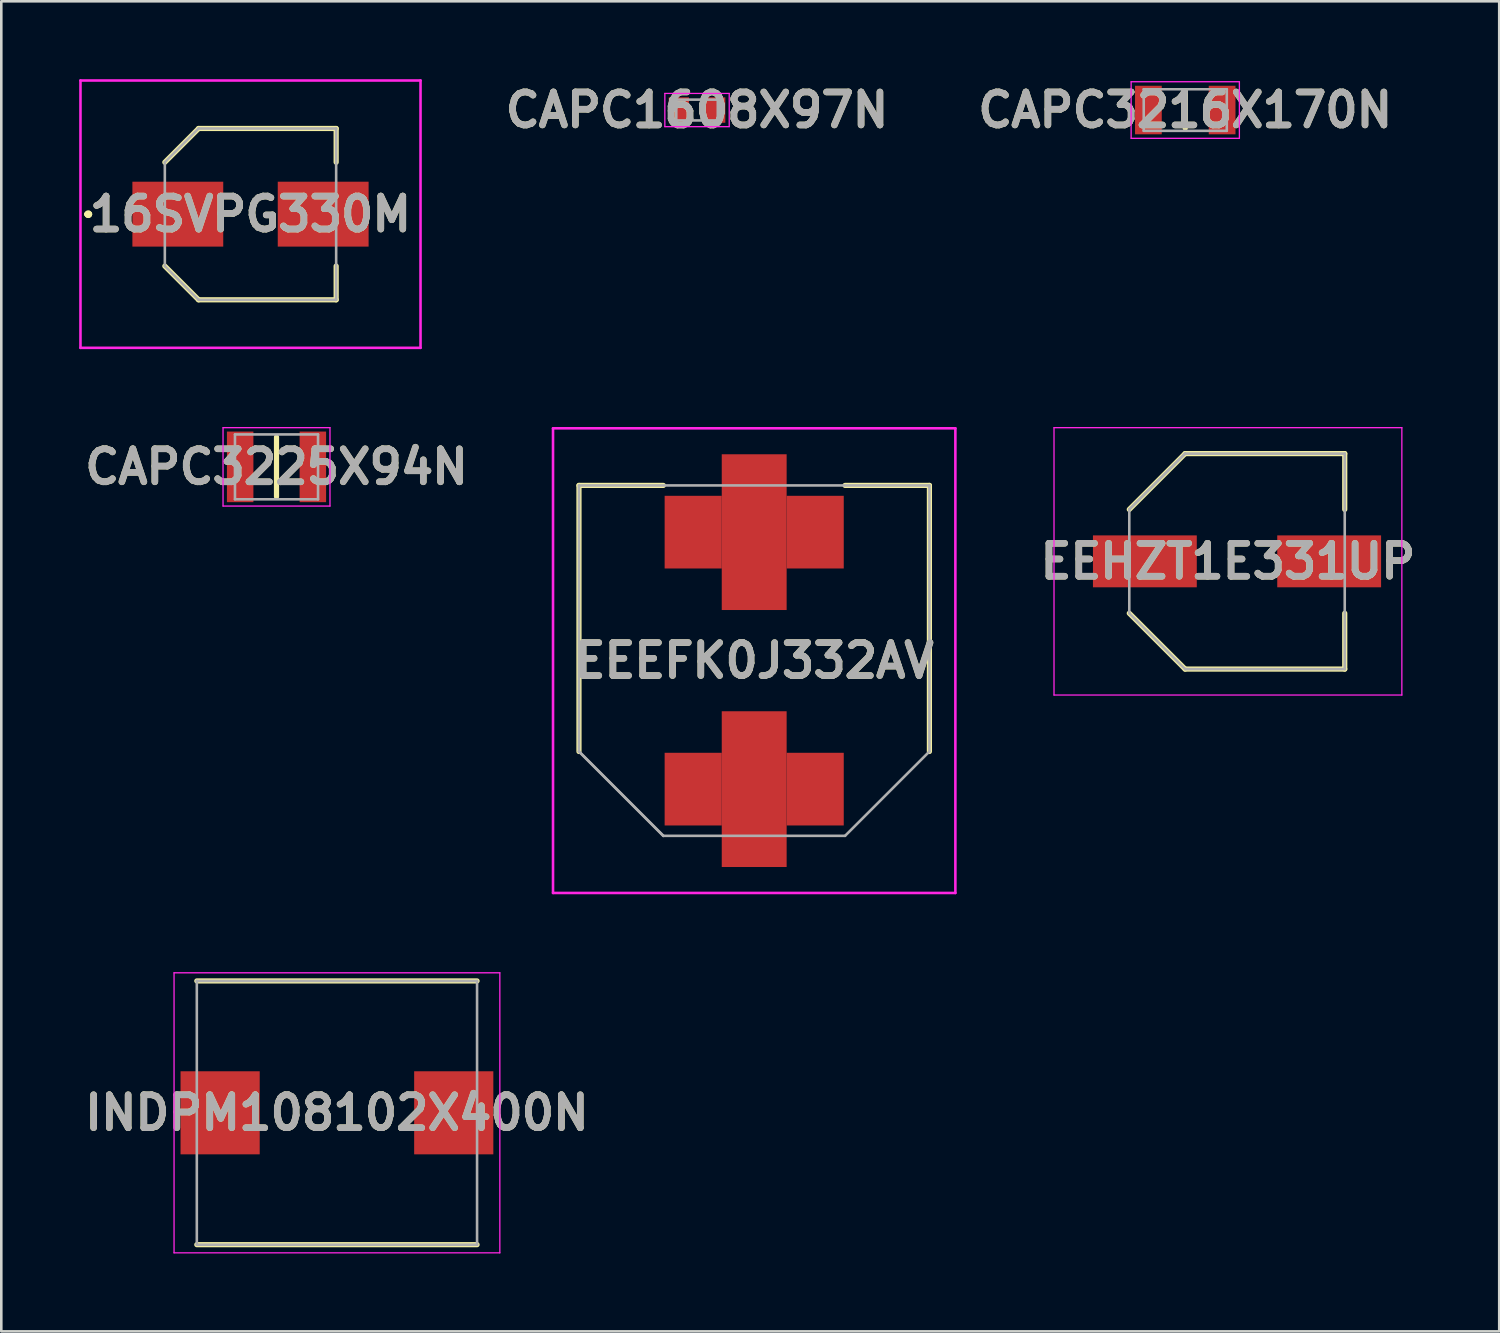
<source format=kicad_pcb>
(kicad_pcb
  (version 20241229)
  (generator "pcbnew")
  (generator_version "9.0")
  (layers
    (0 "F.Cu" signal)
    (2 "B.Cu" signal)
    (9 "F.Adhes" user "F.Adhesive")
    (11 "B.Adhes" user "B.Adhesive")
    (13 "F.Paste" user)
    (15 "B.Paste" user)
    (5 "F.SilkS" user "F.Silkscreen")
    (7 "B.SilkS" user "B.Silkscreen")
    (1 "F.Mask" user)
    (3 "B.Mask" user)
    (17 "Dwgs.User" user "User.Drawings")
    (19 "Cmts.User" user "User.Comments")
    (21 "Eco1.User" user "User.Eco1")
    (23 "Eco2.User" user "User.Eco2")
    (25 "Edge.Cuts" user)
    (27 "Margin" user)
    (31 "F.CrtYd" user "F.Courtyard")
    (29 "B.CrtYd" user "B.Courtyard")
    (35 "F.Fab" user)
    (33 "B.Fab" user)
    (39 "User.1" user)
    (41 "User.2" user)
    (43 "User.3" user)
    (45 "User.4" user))
  (footprint "CAPC1608X97N"
    (layer "F.Cu")
    (at 23.802 1.189)
    (property "Reference" "CAPC1608X97N" (at 0 0 0) (layer "F.SilkS") (effects (font (size 1.27 1.27) (thickness 0.254))))
    (attr smd)
    (fp_line (start -1.24 -0.64) (end 1.24 -0.64) (stroke (width 0.05) (type solid)) (layer "F.CrtYd"))
    (fp_line (start -1.24 0.64) (end -1.24 -0.64) (stroke (width 0.05) (type solid)) (layer "F.CrtYd"))
    (fp_line (start 1.24 -0.64) (end 1.24 0.64) (stroke (width 0.05) (type solid)) (layer "F.CrtYd"))
    (fp_line (start 1.24 0.64) (end -1.24 0.64) (stroke (width 0.05) (type solid)) (layer "F.CrtYd"))
    (fp_line (start -0.8 -0.4) (end 0.8 -0.4) (stroke (width 0.1) (type solid)) (layer "F.Fab"))
    (fp_line (start -0.8 0.4) (end -0.8 -0.4) (stroke (width 0.1) (type solid)) (layer "F.Fab"))
    (fp_line (start 0.8 -0.4) (end 0.8 0.4) (stroke (width 0.1) (type solid)) (layer "F.Fab"))
    (fp_line (start 0.8 0.4) (end -0.8 0.4) (stroke (width 0.1) (type solid)) (layer "F.Fab"))
    (fp_text user "${REFERENCE}" (at 0 0 0) (layer "F.Fab") (effects (font (size 1.27 1.27) (thickness 0.254))))
    (pad "1" smd rect (at -0.7 0) (size 0.78 0.98) (layers "F.Cu" "F.Mask" "F.Paste"))
    (pad "2" smd rect (at 0.7 0) (size 0.78 0.98) (layers "F.Cu" "F.Mask" "F.Paste")))
  (footprint "CAPC3216X170N"
    (layer "F.Cu")
    (at 42.61 1.189)
    (property "Reference" "CAPC3216X170N" (at 0 0 0) (layer "F.SilkS") (effects (font (size 1.27 1.27) (thickness 0.254))))
    (attr smd)
    (fp_line (start 0 -0.7) (end 0 0.7) (stroke (width 0.2) (type solid)) (layer "F.SilkS"))
    (fp_line (start -2.085 -1.09) (end 2.085 -1.09) (stroke (width 0.05) (type solid)) (layer "F.CrtYd"))
    (fp_line (start -2.085 1.09) (end -2.085 -1.09) (stroke (width 0.05) (type solid)) (layer "F.CrtYd"))
    (fp_line (start 2.085 -1.09) (end 2.085 1.09) (stroke (width 0.05) (type solid)) (layer "F.CrtYd"))
    (fp_line (start 2.085 1.09) (end -2.085 1.09) (stroke (width 0.05) (type solid)) (layer "F.CrtYd"))
    (fp_line (start -1.6 -0.8) (end 1.6 -0.8) (stroke (width 0.1) (type solid)) (layer "F.Fab"))
    (fp_line (start -1.6 0.8) (end -1.6 -0.8) (stroke (width 0.1) (type solid)) (layer "F.Fab"))
    (fp_line (start 1.6 -0.8) (end 1.6 0.8) (stroke (width 0.1) (type solid)) (layer "F.Fab"))
    (fp_line (start 1.6 0.8) (end -1.6 0.8) (stroke (width 0.1) (type solid)) (layer "F.Fab"))
    (fp_text user "${REFERENCE}" (at 0 0 0) (layer "F.Fab") (effects (font (size 1.27 1.27) (thickness 0.254))))
    (pad "1" smd rect (at -1.42 0) (size 1.03 1.87) (layers "F.Cu" "F.Mask" "F.Paste"))
    (pad "2" smd rect (at 1.42 0) (size 1.03 1.87) (layers "F.Cu" "F.Mask" "F.Paste")))
  (footprint "EEHZT1E331UP"
    (layer "F.Cu")
    (at 44.604 18.575)
    (property "Reference" "EEHZT1E331UP" (at -0.35 0 0) (layer "F.SilkS") (effects (font (size 1.27 1.27) (thickness 0.254))))
    (attr smd)
    (fp_line (start -6.175 0) (end -6.175 0) (stroke (width 0.05) (type solid)) (layer "F.SilkS"))
    (fp_line (start -6.125 0) (end -6.125 0) (stroke (width 0.05) (type solid)) (layer "F.SilkS"))
    (fp_line (start -4.15 -2) (end -2 -4.15) (stroke (width 0.2) (type solid)) (layer "F.SilkS"))
    (fp_line (start -4.15 2) (end -2 4.15) (stroke (width 0.2) (type solid)) (layer "F.SilkS"))
    (fp_line (start -2 -4.15) (end 4.15 -4.15) (stroke (width 0.2) (type solid)) (layer "F.SilkS"))
    (fp_line (start -2 4.15) (end 4.15 4.15) (stroke (width 0.2) (type solid)) (layer "F.SilkS"))
    (fp_line (start 4.15 -4.15) (end 4.15 -2) (stroke (width 0.2) (type solid)) (layer "F.SilkS"))
    (fp_line (start 4.15 4.15) (end 4.15 2) (stroke (width 0.2) (type solid)) (layer "F.SilkS"))
    (fp_arc (start -6.175 0) (mid -6.15 -0.025) (end -6.125 0) (stroke (width 0.05) (type solid)) (layer "F.SilkS"))
    (fp_arc (start -6.125 0) (mid -6.15 0.025) (end -6.175 0) (stroke (width 0.05) (type solid)) (layer "F.SilkS"))
    (fp_line (start -7.05 -5.15) (end 6.35 -5.15) (stroke (width 0.05) (type solid)) (layer "F.CrtYd"))
    (fp_line (start -7.05 5.15) (end -7.05 -5.15) (stroke (width 0.05) (type solid)) (layer "F.CrtYd"))
    (fp_line (start 6.35 -5.15) (end 6.35 5.15) (stroke (width 0.05) (type solid)) (layer "F.CrtYd"))
    (fp_line (start 6.35 5.15) (end -7.05 5.15) (stroke (width 0.05) (type solid)) (layer "F.CrtYd"))
    (fp_line (start -4.15 -2) (end -2 -4.15) (stroke (width 0.1) (type solid)) (layer "F.Fab"))
    (fp_line (start -4.15 -2) (end -2 -4.15) (stroke (width 0.1) (type solid)) (layer "F.Fab"))
    (fp_line (start -4.15 2) (end -4.15 -2) (stroke (width 0.1) (type solid)) (layer "F.Fab"))
    (fp_line (start -2 -4.15) (end 4.15 -4.15) (stroke (width 0.1) (type solid)) (layer "F.Fab"))
    (fp_line (start -2 4.15) (end -4.15 2) (stroke (width 0.1) (type solid)) (layer "F.Fab"))
    (fp_line (start 4.15 -4.15) (end 4.15 4.15) (stroke (width 0.1) (type solid)) (layer "F.Fab"))
    (fp_line (start 4.15 4.15) (end -2 4.15) (stroke (width 0.1) (type solid)) (layer "F.Fab"))
    (fp_text user "${REFERENCE}" (at -0.35 0 0) (layer "F.Fab") (effects (font (size 1.27 1.27) (thickness 0.254))))
    (pad "1" smd rect (at -3.55 0 90) (size 2 4) (layers "F.Cu" "F.Mask" "F.Paste"))
    (pad "2" smd rect (at 3.55 0 90) (size 2 4) (layers "F.Cu" "F.Mask" "F.Paste")))
  (footprint "CAPC3225X94N"
    (layer "F.Cu")
    (at 7.602 14.935)
    (property "Reference" "CAPC3225X94N" (at 0 0 0) (layer "F.SilkS") (effects (font (size 1.27 1.27) (thickness 0.254))))
    (attr smd)
    (fp_line (start 0 -1.15) (end 0 1.15) (stroke (width 0.2) (type solid)) (layer "F.SilkS"))
    (fp_line (start -2.06 -1.51) (end 2.06 -1.51) (stroke (width 0.05) (type solid)) (layer "F.CrtYd"))
    (fp_line (start -2.06 1.51) (end -2.06 -1.51) (stroke (width 0.05) (type solid)) (layer "F.CrtYd"))
    (fp_line (start 2.06 -1.51) (end 2.06 1.51) (stroke (width 0.05) (type solid)) (layer "F.CrtYd"))
    (fp_line (start 2.06 1.51) (end -2.06 1.51) (stroke (width 0.05) (type solid)) (layer "F.CrtYd"))
    (fp_line (start -1.6 -1.25) (end 1.6 -1.25) (stroke (width 0.1) (type solid)) (layer "F.Fab"))
    (fp_line (start -1.6 1.25) (end -1.6 -1.25) (stroke (width 0.1) (type solid)) (layer "F.Fab"))
    (fp_line (start 1.6 -1.25) (end 1.6 1.25) (stroke (width 0.1) (type solid)) (layer "F.Fab"))
    (fp_line (start 1.6 1.25) (end -1.6 1.25) (stroke (width 0.1) (type solid)) (layer "F.Fab"))
    (fp_text user "${REFERENCE}" (at 0 0 0) (layer "F.Fab") (effects (font (size 1.27 1.27) (thickness 0.254))))
    (pad "1" smd rect (at -1.4 0) (size 1.02 2.72) (layers "F.Cu" "F.Mask" "F.Paste"))
    (pad "2" smd rect (at 1.4 0) (size 1.02 2.72) (layers "F.Cu" "F.Mask" "F.Paste")))
  (footprint "16SVPG330M"
    (layer "F.Cu")
    (at 6.6 5.2)
    (property "Reference" "16SVPG330M" (at 0 0 0) (layer "F.SilkS") (effects (font (size 1.27 1.27) (thickness 0.254))))
    (attr smd)
    (fp_line (start -6.3 0) (end -6.3 0) (stroke (width 0.2) (type solid)) (layer "F.SilkS"))
    (fp_line (start -6.3 0) (end -6.3 0) (stroke (width 0.2) (type solid)) (layer "F.SilkS"))
    (fp_line (start -6.2 0) (end -6.2 0) (stroke (width 0.2) (type solid)) (layer "F.SilkS"))
    (fp_line (start -3.3 -2) (end -2 -3.3) (stroke (width 0.2) (type solid)) (layer "F.SilkS"))
    (fp_line (start -3.3 2) (end -2 3.3) (stroke (width 0.2) (type solid)) (layer "F.SilkS"))
    (fp_line (start -2 -3.3) (end 3.3 -3.3) (stroke (width 0.2) (type solid)) (layer "F.SilkS"))
    (fp_line (start -2 3.3) (end 3.3 3.3) (stroke (width 0.2) (type solid)) (layer "F.SilkS"))
    (fp_line (start 3.3 -3.3) (end 3.3 -2) (stroke (width 0.2) (type solid)) (layer "F.SilkS"))
    (fp_line (start 3.3 3.3) (end 3.3 2) (stroke (width 0.2) (type solid)) (layer "F.SilkS"))
    (fp_arc (start -6.3 0) (mid -6.25 -0.05) (end -6.2 0) (stroke (width 0.2) (type solid)) (layer "F.SilkS"))
    (fp_arc (start -6.2 0) (mid -6.25 0.05) (end -6.3 0) (stroke (width 0.2) (type solid)) (layer "F.SilkS"))
    (fp_arc (start -6.2 0) (mid -6.25 0.05) (end -6.3 0) (stroke (width 0.2) (type solid)) (layer "F.SilkS"))
    (fp_line (start -6.55 -5.15) (end 6.55 -5.15) (stroke (width 0.1) (type solid)) (layer "F.CrtYd"))
    (fp_line (start -6.55 5.15) (end -6.55 -5.15) (stroke (width 0.1) (type solid)) (layer "F.CrtYd"))
    (fp_line (start 6.55 -5.15) (end 6.55 5.15) (stroke (width 0.1) (type solid)) (layer "F.CrtYd"))
    (fp_line (start 6.55 5.15) (end -6.55 5.15) (stroke (width 0.1) (type solid)) (layer "F.CrtYd"))
    (fp_line (start -3.3 -2) (end -3.3 2) (stroke (width 0.1) (type solid)) (layer "F.Fab"))
    (fp_line (start -3.3 2) (end -2 3.3) (stroke (width 0.1) (type solid)) (layer "F.Fab"))
    (fp_line (start -2 -3.3) (end -3.3 -2) (stroke (width 0.1) (type solid)) (layer "F.Fab"))
    (fp_line (start -2 3.3) (end 3.3 3.3) (stroke (width 0.1) (type solid)) (layer "F.Fab"))
    (fp_line (start 3.3 -3.3) (end -2 -3.3) (stroke (width 0.1) (type solid)) (layer "F.Fab"))
    (fp_line (start 3.3 3.3) (end 3.3 -3.3) (stroke (width 0.1) (type solid)) (layer "F.Fab"))
    (fp_text user "${REFERENCE}" (at 0 0 0) (layer "F.Fab") (effects (font (size 1.27 1.27) (thickness 0.254))))
    (pad "1" smd rect (at -2.8 0 90) (size 2.5 3.5) (layers "F.Cu" "F.Mask" "F.Paste"))
    (pad "2" smd rect (at 2.8 0 90) (size 2.5 3.5) (layers "F.Cu" "F.Mask" "F.Paste")))
  (footprint "INDPM108102X400N"
    (layer "F.Cu")
    (at 9.93 39.819)
    (property "Reference" "INDPM108102X400N" (at 0 0 0) (layer "F.SilkS") (effects (font (size 1.27 1.27) (thickness 0.254))))
    (attr smd)
    (fp_line (start -5.398 5.08) (end 5.398 5.08) (stroke (width 0.2) (type solid)) (layer "F.SilkS"))
    (fp_line (start 5.398 -5.08) (end -5.398 -5.08) (stroke (width 0.2) (type solid)) (layer "F.SilkS"))
    (fp_line (start -6.275 -5.394) (end 6.275 -5.394) (stroke (width 0.05) (type solid)) (layer "F.CrtYd"))
    (fp_line (start -6.275 5.394) (end -6.275 -5.394) (stroke (width 0.05) (type solid)) (layer "F.CrtYd"))
    (fp_line (start 6.275 -5.394) (end 6.275 5.394) (stroke (width 0.05) (type solid)) (layer "F.CrtYd"))
    (fp_line (start 6.275 5.394) (end -6.275 5.394) (stroke (width 0.05) (type solid)) (layer "F.CrtYd"))
    (fp_line (start -5.398 -5.08) (end 5.398 -5.08) (stroke (width 0.1) (type solid)) (layer "F.Fab"))
    (fp_line (start -5.398 5.08) (end -5.398 -5.08) (stroke (width 0.1) (type solid)) (layer "F.Fab"))
    (fp_line (start 5.398 -5.08) (end 5.398 5.08) (stroke (width 0.1) (type solid)) (layer "F.Fab"))
    (fp_line (start 5.398 5.08) (end -5.398 5.08) (stroke (width 0.1) (type solid)) (layer "F.Fab"))
    (fp_text user "${REFERENCE}" (at 0 0 0) (layer "F.Fab") (effects (font (size 1.27 1.27) (thickness 0.254))))
    (pad "1" smd rect (at -4.5 0) (size 3.05 3.2) (layers "F.Cu" "F.Mask" "F.Paste"))
    (pad "2" smd rect (at 4.5 0) (size 3.05 3.2) (layers "F.Cu" "F.Mask" "F.Paste")))
  (footprint "EEEFK0J332AV"
    (layer "F.Cu")
    (at 26.004 22.4)
    (property "Reference" "EEEFK0J332AV" (at 0 0 0) (layer "F.SilkS") (effects (font (size 1.27 1.27) (thickness 0.254))))
    (attr smd)
    (fp_line (start -6.75 -6.75) (end -3.5 -6.75) (stroke (width 0.2) (type solid)) (layer "F.SilkS"))
    (fp_line (start -6.75 3.5) (end -6.75 -6.75) (stroke (width 0.2) (type solid)) (layer "F.SilkS"))
    (fp_line (start 6.75 -6.75) (end 3.5 -6.75) (stroke (width 0.2) (type solid)) (layer "F.SilkS"))
    (fp_line (start 6.75 3.5) (end 6.75 -6.75) (stroke (width 0.2) (type solid)) (layer "F.SilkS"))
    (fp_line (start -7.75 -8.95) (end 7.75 -8.95) (stroke (width 0.1) (type solid)) (layer "F.CrtYd"))
    (fp_line (start -7.75 8.95) (end -7.75 -8.95) (stroke (width 0.1) (type solid)) (layer "F.CrtYd"))
    (fp_line (start 7.75 -8.95) (end 7.75 8.95) (stroke (width 0.1) (type solid)) (layer "F.CrtYd"))
    (fp_line (start 7.75 8.95) (end -7.75 8.95) (stroke (width 0.1) (type solid)) (layer "F.CrtYd"))
    (fp_line (start -6.75 -6.75) (end 6.75 -6.75) (stroke (width 0.1) (type solid)) (layer "F.Fab"))
    (fp_line (start -6.75 3.5) (end -6.75 -6.75) (stroke (width 0.1) (type solid)) (layer "F.Fab"))
    (fp_line (start -3.5 6.75) (end -6.75 3.5) (stroke (width 0.1) (type solid)) (layer "F.Fab"))
    (fp_line (start -3.5 6.75) (end -6.75 3.5) (stroke (width 0.1) (type solid)) (layer "F.Fab"))
    (fp_line (start 3.5 6.75) (end -3.5 6.75) (stroke (width 0.1) (type solid)) (layer "F.Fab"))
    (fp_line (start 6.75 -6.75) (end 6.75 3.5) (stroke (width 0.1) (type solid)) (layer "F.Fab"))
    (fp_line (start 6.75 3.5) (end 3.5 6.75) (stroke (width 0.1) (type solid)) (layer "F.Fab"))
    (fp_text user "${REFERENCE}" (at 0 0 0) (layer "F.Fab") (effects (font (size 1.27 1.27) (thickness 0.254))))
    (pad "1" smd rect (at 0 4.95) (size 2.5 6) (layers "F.Cu" "F.Mask" "F.Paste"))
    (pad "2" smd rect (at 0 -4.95) (size 2.5 6) (layers "F.Cu" "F.Mask" "F.Paste"))
    (pad "3" smd rect (at -2.35 4.95) (size 2.2 2.8) (layers "F.Cu" "F.Mask" "F.Paste"))
    (pad "4" smd rect (at 2.35 4.95) (size 2.2 2.8) (layers "F.Cu" "F.Mask" "F.Paste"))
    (pad "5" smd rect (at -2.35 -4.95) (size 2.2 2.8) (layers "F.Cu" "F.Mask" "F.Paste"))
    (pad "6" smd rect (at 2.35 -4.95) (size 2.2 2.8) (layers "F.Cu" "F.Mask" "F.Paste")))
  (gr_rect
    (start -3 -3)
    (end 54.705 48.238)
    (stroke (width 0.1) (type default))
    (fill no)
    (layer "Edge.Cuts")))
</source>
